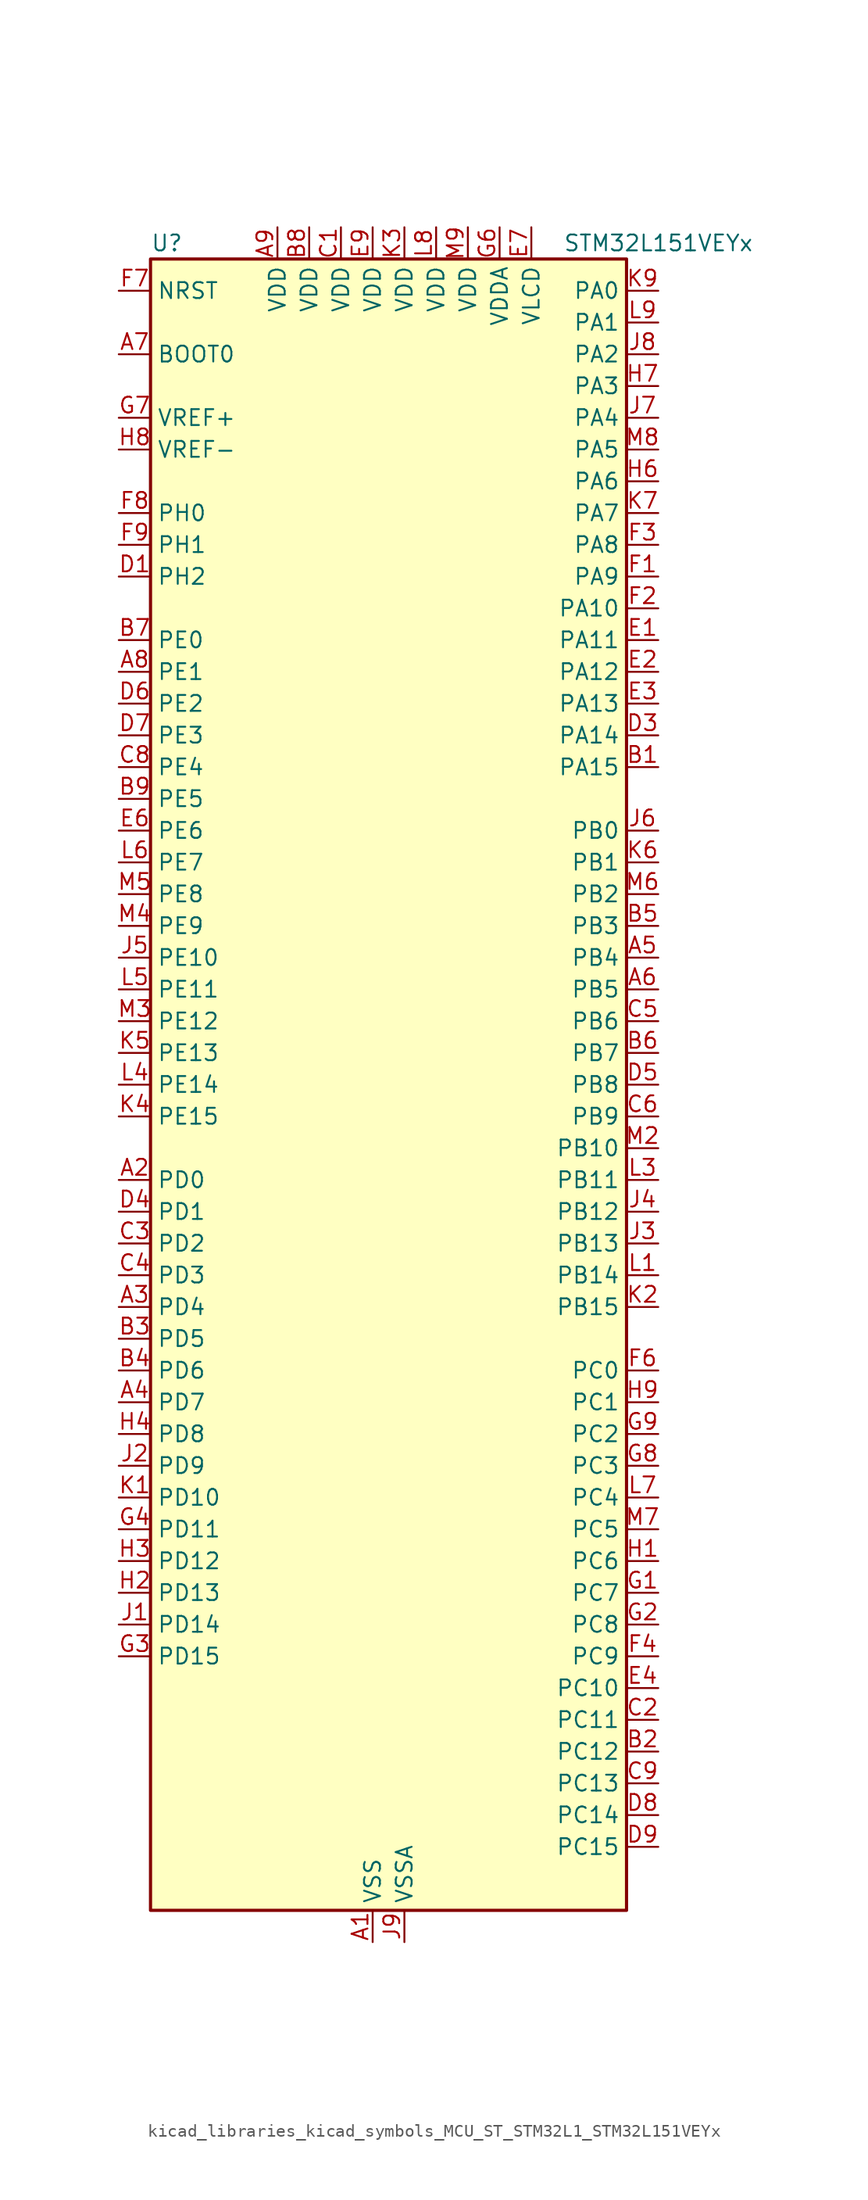
<source format=kicad_sym>
(kicad_symbol_lib
  (version 20220914)
  (generator kicad_symbol_editor)
  (symbol "kicad_libraries_kicad_symbols_MCU_ST_STM32L1_STM32L151VEYx"
    (property "Reference" "U"
      (at -17.78 67.31 0)
      (effects (font (size 1.27 1.27)) (justify left)))
    (property "Value" "STM32L151VEYx"
      (at 15.24 67.31 0)
      (effects (font (size 1.27 1.27)) (justify left)))
    (property "ki_locked" ""
      (at 0 0 0)
      (effects (font (size 1.27 1.27))))
    (symbol "kicad_libraries_kicad_symbols_MCU_ST_STM32L1_STM32L151VEYx_0_1"
      (rectangle (start -17.78 -66.04) (end 20.32 66.04) (stroke (width 0.254) (type default)) (fill (type background))))
    (symbol "kicad_libraries_kicad_symbols_MCU_ST_STM32L1_STM32L151VEYx_1_1"
      (pin power_in line (at 0 -68.58 90) (length 2.54) (name "VSS" (effects (font (size 1.27 1.27)))) (number "A1" (effects (font (size 1.27 1.27)))))
      (pin bidirectional line (at -20.32 -7.62 0) (length 2.54) (name "PD0" (effects (font (size 1.27 1.27)))) (number "A2" (effects (font (size 1.27 1.27)))) (alternate "I2S2_WS" bidirectional line) (alternate "SPI2_NSS" bidirectional line) (alternate "TIM9_CH1" bidirectional line) (alternate "TIMX_IC1" bidirectional line))
      (pin bidirectional line (at -20.32 -17.78 0) (length 2.54) (name "PD4" (effects (font (size 1.27 1.27)))) (number "A3" (effects (font (size 1.27 1.27)))) (alternate "I2S2_SD" bidirectional line) (alternate "SPI2_MOSI" bidirectional line) (alternate "TIMX_IC1" bidirectional line) (alternate "USART2_RTS" bidirectional line))
      (pin bidirectional line (at -20.32 -25.4 0) (length 2.54) (name "PD7" (effects (font (size 1.27 1.27)))) (number "A4" (effects (font (size 1.27 1.27)))) (alternate "TIM9_CH2" bidirectional line) (alternate "TIMX_IC4" bidirectional line) (alternate "USART2_CK" bidirectional line))
      (pin bidirectional line (at 22.86 10.16 180) (length 2.54) (name "PB4" (effects (font (size 1.27 1.27)))) (number "A5" (effects (font (size 1.27 1.27)))) (alternate "COMP2_INP" bidirectional line) (alternate "SPI1_MISO" bidirectional line) (alternate "SPI3_MISO" bidirectional line) (alternate "SYS_JTRST" bidirectional line) (alternate "TIM3_CH1" bidirectional line) (alternate "TS_G6_IO1" bidirectional line))
      (pin bidirectional line (at 22.86 7.62 180) (length 2.54) (name "PB5" (effects (font (size 1.27 1.27)))) (number "A6" (effects (font (size 1.27 1.27)))) (alternate "COMP2_INP" bidirectional line) (alternate "I2C1_SMBA" bidirectional line) (alternate "I2S3_SD" bidirectional line) (alternate "SPI1_MOSI" bidirectional line) (alternate "SPI3_MOSI" bidirectional line) (alternate "TIM3_CH2" bidirectional line) (alternate "TS_G6_IO2" bidirectional line))
      (pin input line (at -20.32 58.42 0) (length 2.54) (name "BOOT0" (effects (font (size 1.27 1.27)))) (number "A7" (effects (font (size 1.27 1.27)))))
      (pin bidirectional line (at -20.32 33.02 0) (length 2.54) (name "PE1" (effects (font (size 1.27 1.27)))) (number "A8" (effects (font (size 1.27 1.27)))) (alternate "TIM11_CH1" bidirectional line) (alternate "TIMX_IC2" bidirectional line))
      (pin power_in line (at -7.62 68.58 270) (length 2.54) (name "VDD" (effects (font (size 1.27 1.27)))) (number "A9" (effects (font (size 1.27 1.27)))))
      (pin bidirectional line (at 22.86 25.4 180) (length 2.54) (name "PA15" (effects (font (size 1.27 1.27)))) (number "B1" (effects (font (size 1.27 1.27)))) (alternate "ADC_EXTI15" bidirectional line) (alternate "I2S3_WS" bidirectional line) (alternate "SPI1_NSS" bidirectional line) (alternate "SPI3_NSS" bidirectional line) (alternate "SYS_JTDI" bidirectional line) (alternate "TIM2_CH1" bidirectional line) (alternate "TIM2_ETR" bidirectional line) (alternate "TIMX_IC4" bidirectional line) (alternate "TS_G5_IO3" bidirectional line))
      (pin bidirectional line (at 22.86 -53.34 180) (length 2.54) (name "PC12" (effects (font (size 1.27 1.27)))) (number "B2" (effects (font (size 1.27 1.27)))) (alternate "I2S3_SD" bidirectional line) (alternate "SPI3_MOSI" bidirectional line) (alternate "TIMX_IC1" bidirectional line) (alternate "UART5_TX" bidirectional line) (alternate "USART3_CK" bidirectional line))
      (pin bidirectional line (at -20.32 -20.32 0) (length 2.54) (name "PD5" (effects (font (size 1.27 1.27)))) (number "B3" (effects (font (size 1.27 1.27)))) (alternate "TIMX_IC2" bidirectional line) (alternate "USART2_TX" bidirectional line))
      (pin bidirectional line (at -20.32 -22.86 0) (length 2.54) (name "PD6" (effects (font (size 1.27 1.27)))) (number "B4" (effects (font (size 1.27 1.27)))) (alternate "TIMX_IC3" bidirectional line) (alternate "USART2_RX" bidirectional line))
      (pin bidirectional line (at 22.86 12.7 180) (length 2.54) (name "PB3" (effects (font (size 1.27 1.27)))) (number "B5" (effects (font (size 1.27 1.27)))) (alternate "COMP2_INM" bidirectional line) (alternate "I2S3_CK" bidirectional line) (alternate "SPI1_SCK" bidirectional line) (alternate "SPI3_SCK" bidirectional line) (alternate "SYS_JTDO-TRACESWO" bidirectional line) (alternate "TIM2_CH2" bidirectional line))
      (pin bidirectional line (at 22.86 2.54 180) (length 2.54) (name "PB7" (effects (font (size 1.27 1.27)))) (number "B6" (effects (font (size 1.27 1.27)))) (alternate "COMP2_INP" bidirectional line) (alternate "I2C1_SDA" bidirectional line) (alternate "SYS_PVD_IN" bidirectional line) (alternate "TIM4_CH2" bidirectional line) (alternate "TS_G6_IO4" bidirectional line) (alternate "USART1_RX" bidirectional line))
      (pin bidirectional line (at -20.32 35.56 0) (length 2.54) (name "PE0" (effects (font (size 1.27 1.27)))) (number "B7" (effects (font (size 1.27 1.27)))) (alternate "TIM10_CH1" bidirectional line) (alternate "TIM4_ETR" bidirectional line) (alternate "TIMX_IC1" bidirectional line))
      (pin power_in line (at -5.08 68.58 270) (length 2.54) (name "VDD" (effects (font (size 1.27 1.27)))) (number "B8" (effects (font (size 1.27 1.27)))))
      (pin bidirectional line (at -20.32 22.86 0) (length 2.54) (name "PE5" (effects (font (size 1.27 1.27)))) (number "B9" (effects (font (size 1.27 1.27)))) (alternate "SYS_TRACED2" bidirectional line) (alternate "TIM9_CH1" bidirectional line) (alternate "TIMX_IC2" bidirectional line))
      (pin power_in line (at -2.54 68.58 270) (length 2.54) (name "VDD" (effects (font (size 1.27 1.27)))) (number "C1" (effects (font (size 1.27 1.27)))))
      (pin bidirectional line (at 22.86 -50.8 180) (length 2.54) (name "PC11" (effects (font (size 1.27 1.27)))) (number "C2" (effects (font (size 1.27 1.27)))) (alternate "ADC_EXTI11" bidirectional line) (alternate "SPI3_MISO" bidirectional line) (alternate "TIMX_IC4" bidirectional line) (alternate "UART4_RX" bidirectional line) (alternate "USART3_RX" bidirectional line))
      (pin bidirectional line (at -20.32 -12.7 0) (length 2.54) (name "PD2" (effects (font (size 1.27 1.27)))) (number "C3" (effects (font (size 1.27 1.27)))) (alternate "TIM3_ETR" bidirectional line) (alternate "TIMX_IC3" bidirectional line) (alternate "UART5_RX" bidirectional line))
      (pin bidirectional line (at -20.32 -15.24 0) (length 2.54) (name "PD3" (effects (font (size 1.27 1.27)))) (number "C4" (effects (font (size 1.27 1.27)))) (alternate "SPI2_MISO" bidirectional line) (alternate "TIMX_IC4" bidirectional line) (alternate "USART2_CTS" bidirectional line))
      (pin bidirectional line (at 22.86 5.08 180) (length 2.54) (name "PB6" (effects (font (size 1.27 1.27)))) (number "C5" (effects (font (size 1.27 1.27)))) (alternate "COMP2_INP" bidirectional line) (alternate "I2C1_SCL" bidirectional line) (alternate "TIM4_CH1" bidirectional line) (alternate "TS_G6_IO3" bidirectional line) (alternate "USART1_TX" bidirectional line))
      (pin bidirectional line (at 22.86 -2.54 180) (length 2.54) (name "PB9" (effects (font (size 1.27 1.27)))) (number "C6" (effects (font (size 1.27 1.27)))) (alternate "DAC_EXTI9" bidirectional line) (alternate "I2C1_SDA" bidirectional line) (alternate "TIM11_CH1" bidirectional line) (alternate "TIM4_CH4" bidirectional line))
      (pin passive line (at 0 -68.58 90) (length 2.54) hide (name "VSS" (effects (font (size 1.27 1.27)))) (number "C7" (effects (font (size 1.27 1.27)))))
      (pin bidirectional line (at -20.32 25.4 0) (length 2.54) (name "PE4" (effects (font (size 1.27 1.27)))) (number "C8" (effects (font (size 1.27 1.27)))) (alternate "SYS_TRACED1" bidirectional line) (alternate "TIM3_CH2" bidirectional line) (alternate "TIMX_IC1" bidirectional line))
      (pin bidirectional line (at 22.86 -55.88 180) (length 2.54) (name "PC13" (effects (font (size 1.27 1.27)))) (number "C9" (effects (font (size 1.27 1.27)))) (alternate "RTC_OUT_ALARM" bidirectional line) (alternate "RTC_OUT_CALIB" bidirectional line) (alternate "RTC_TAMP1" bidirectional line) (alternate "RTC_TS" bidirectional line) (alternate "SYS_WKUP2" bidirectional line) (alternate "TIMX_IC2" bidirectional line))
      (pin bidirectional line (at -20.32 40.64 0) (length 2.54) (name "PH2" (effects (font (size 1.27 1.27)))) (number "D1" (effects (font (size 1.27 1.27)))))
      (pin passive line (at 0 -68.58 90) (length 2.54) hide (name "VSS" (effects (font (size 1.27 1.27)))) (number "D2" (effects (font (size 1.27 1.27)))))
      (pin bidirectional line (at 22.86 27.94 180) (length 2.54) (name "PA14" (effects (font (size 1.27 1.27)))) (number "D3" (effects (font (size 1.27 1.27)))) (alternate "SYS_JTCK-SWCLK" bidirectional line) (alternate "TIMX_IC3" bidirectional line) (alternate "TS_G5_IO2" bidirectional line))
      (pin bidirectional line (at -20.32 -10.16 0) (length 2.54) (name "PD1" (effects (font (size 1.27 1.27)))) (number "D4" (effects (font (size 1.27 1.27)))) (alternate "I2S2_CK" bidirectional line) (alternate "SPI2_SCK" bidirectional line) (alternate "TIMX_IC2" bidirectional line))
      (pin bidirectional line (at 22.86 0 180) (length 2.54) (name "PB8" (effects (font (size 1.27 1.27)))) (number "D5" (effects (font (size 1.27 1.27)))) (alternate "I2C1_SCL" bidirectional line) (alternate "TIM10_CH1" bidirectional line) (alternate "TIM4_CH3" bidirectional line))
      (pin bidirectional line (at -20.32 30.48 0) (length 2.54) (name "PE2" (effects (font (size 1.27 1.27)))) (number "D6" (effects (font (size 1.27 1.27)))) (alternate "SYS_TRACECK" bidirectional line) (alternate "TIM3_ETR" bidirectional line) (alternate "TIMX_IC3" bidirectional line))
      (pin bidirectional line (at -20.32 27.94 0) (length 2.54) (name "PE3" (effects (font (size 1.27 1.27)))) (number "D7" (effects (font (size 1.27 1.27)))) (alternate "SYS_TRACED0" bidirectional line) (alternate "TIM3_CH1" bidirectional line) (alternate "TIMX_IC4" bidirectional line))
      (pin bidirectional line (at 22.86 -58.42 180) (length 2.54) (name "PC14" (effects (font (size 1.27 1.27)))) (number "D8" (effects (font (size 1.27 1.27)))) (alternate "RCC_OSC32_IN" bidirectional line) (alternate "TIMX_IC3" bidirectional line))
      (pin bidirectional line (at 22.86 -60.96 180) (length 2.54) (name "PC15" (effects (font (size 1.27 1.27)))) (number "D9" (effects (font (size 1.27 1.27)))) (alternate "ADC_EXTI15" bidirectional line) (alternate "RCC_OSC32_OUT" bidirectional line) (alternate "TIMX_IC4" bidirectional line))
      (pin bidirectional line (at 22.86 35.56 180) (length 2.54) (name "PA11" (effects (font (size 1.27 1.27)))) (number "E1" (effects (font (size 1.27 1.27)))) (alternate "ADC_EXTI11" bidirectional line) (alternate "SPI1_MISO" bidirectional line) (alternate "TIMX_IC4" bidirectional line) (alternate "USART1_CTS" bidirectional line) (alternate "USB_DM" bidirectional line))
      (pin bidirectional line (at 22.86 33.02 180) (length 2.54) (name "PA12" (effects (font (size 1.27 1.27)))) (number "E2" (effects (font (size 1.27 1.27)))) (alternate "SPI1_MOSI" bidirectional line) (alternate "TIMX_IC1" bidirectional line) (alternate "USART1_RTS" bidirectional line) (alternate "USB_DP" bidirectional line))
      (pin bidirectional line (at 22.86 30.48 180) (length 2.54) (name "PA13" (effects (font (size 1.27 1.27)))) (number "E3" (effects (font (size 1.27 1.27)))) (alternate "SYS_JTMS-SWDIO" bidirectional line) (alternate "TIMX_IC2" bidirectional line) (alternate "TS_G5_IO1" bidirectional line))
      (pin bidirectional line (at 22.86 -48.26 180) (length 2.54) (name "PC10" (effects (font (size 1.27 1.27)))) (number "E4" (effects (font (size 1.27 1.27)))) (alternate "I2S3_CK" bidirectional line) (alternate "SPI3_SCK" bidirectional line) (alternate "TIMX_IC3" bidirectional line) (alternate "UART4_TX" bidirectional line) (alternate "USART3_TX" bidirectional line))
      (pin bidirectional line (at -20.32 20.32 0) (length 2.54) (name "PE6" (effects (font (size 1.27 1.27)))) (number "E6" (effects (font (size 1.27 1.27)))) (alternate "RTC_TAMP3" bidirectional line) (alternate "SYS_TRACED3" bidirectional line) (alternate "SYS_WKUP3" bidirectional line) (alternate "TIM9_CH2" bidirectional line) (alternate "TIMX_IC3" bidirectional line))
      (pin power_in line (at 12.7 68.58 270) (length 2.54) (name "VLCD" (effects (font (size 1.27 1.27)))) (number "E7" (effects (font (size 1.27 1.27)))))
      (pin passive line (at 0 -68.58 90) (length 2.54) hide (name "VSS" (effects (font (size 1.27 1.27)))) (number "E8" (effects (font (size 1.27 1.27)))))
      (pin power_in line (at 0 68.58 270) (length 2.54) (name "VDD" (effects (font (size 1.27 1.27)))) (number "E9" (effects (font (size 1.27 1.27)))))
      (pin bidirectional line (at 22.86 40.64 180) (length 2.54) (name "PA9" (effects (font (size 1.27 1.27)))) (number "F1" (effects (font (size 1.27 1.27)))) (alternate "DAC_EXTI9" bidirectional line) (alternate "TIMX_IC2" bidirectional line) (alternate "TS_G4_IO2" bidirectional line) (alternate "USART1_TX" bidirectional line))
      (pin bidirectional line (at 22.86 38.1 180) (length 2.54) (name "PA10" (effects (font (size 1.27 1.27)))) (number "F2" (effects (font (size 1.27 1.27)))) (alternate "TIMX_IC3" bidirectional line) (alternate "TS_G4_IO3" bidirectional line) (alternate "USART1_RX" bidirectional line))
      (pin bidirectional line (at 22.86 43.18 180) (length 2.54) (name "PA8" (effects (font (size 1.27 1.27)))) (number "F3" (effects (font (size 1.27 1.27)))) (alternate "RCC_MCO" bidirectional line) (alternate "TIMX_IC1" bidirectional line) (alternate "TS_G4_IO1" bidirectional line) (alternate "USART1_CK" bidirectional line))
      (pin bidirectional line (at 22.86 -45.72 180) (length 2.54) (name "PC9" (effects (font (size 1.27 1.27)))) (number "F4" (effects (font (size 1.27 1.27)))) (alternate "DAC_EXTI9" bidirectional line) (alternate "TIM3_CH4" bidirectional line) (alternate "TIMX_IC2" bidirectional line) (alternate "TS_G10_IO4" bidirectional line))
      (pin bidirectional line (at 22.86 -22.86 180) (length 2.54) (name "PC0" (effects (font (size 1.27 1.27)))) (number "F6" (effects (font (size 1.27 1.27)))) (alternate "ADC_IN10" bidirectional line) (alternate "COMP1_INP" bidirectional line) (alternate "TIMX_IC1" bidirectional line) (alternate "TS_G8_IO1" bidirectional line))
      (pin input line (at -20.32 63.5 0) (length 2.54) (name "NRST" (effects (font (size 1.27 1.27)))) (number "F7" (effects (font (size 1.27 1.27)))))
      (pin bidirectional line (at -20.32 45.72 0) (length 2.54) (name "PH0" (effects (font (size 1.27 1.27)))) (number "F8" (effects (font (size 1.27 1.27)))) (alternate "RCC_OSC_IN" bidirectional line))
      (pin bidirectional line (at -20.32 43.18 0) (length 2.54) (name "PH1" (effects (font (size 1.27 1.27)))) (number "F9" (effects (font (size 1.27 1.27)))) (alternate "RCC_OSC_OUT" bidirectional line))
      (pin bidirectional line (at 22.86 -40.64 180) (length 2.54) (name "PC7" (effects (font (size 1.27 1.27)))) (number "G1" (effects (font (size 1.27 1.27)))) (alternate "I2S3_MCK" bidirectional line) (alternate "TIM3_CH2" bidirectional line) (alternate "TIMX_IC4" bidirectional line) (alternate "TS_G10_IO2" bidirectional line))
      (pin bidirectional line (at 22.86 -43.18 180) (length 2.54) (name "PC8" (effects (font (size 1.27 1.27)))) (number "G2" (effects (font (size 1.27 1.27)))) (alternate "TIM3_CH3" bidirectional line) (alternate "TIMX_IC1" bidirectional line) (alternate "TS_G10_IO3" bidirectional line))
      (pin bidirectional line (at -20.32 -45.72 0) (length 2.54) (name "PD15" (effects (font (size 1.27 1.27)))) (number "G3" (effects (font (size 1.27 1.27)))) (alternate "ADC_EXTI15" bidirectional line) (alternate "TIM4_CH4" bidirectional line) (alternate "TIMX_IC4" bidirectional line))
      (pin bidirectional line (at -20.32 -35.56 0) (length 2.54) (name "PD11" (effects (font (size 1.27 1.27)))) (number "G4" (effects (font (size 1.27 1.27)))) (alternate "ADC_EXTI11" bidirectional line) (alternate "TIMX_IC4" bidirectional line) (alternate "USART3_CTS" bidirectional line))
      (pin power_in line (at 10.16 68.58 270) (length 2.54) (name "VDDA" (effects (font (size 1.27 1.27)))) (number "G6" (effects (font (size 1.27 1.27)))))
      (pin input line (at -20.32 53.34 0) (length 2.54) (name "VREF+" (effects (font (size 1.27 1.27)))) (number "G7" (effects (font (size 1.27 1.27)))))
      (pin bidirectional line (at 22.86 -30.48 180) (length 2.54) (name "PC3" (effects (font (size 1.27 1.27)))) (number "G8" (effects (font (size 1.27 1.27)))) (alternate "ADC_IN13" bidirectional line) (alternate "COMP1_INP" bidirectional line) (alternate "TIMX_IC4" bidirectional line) (alternate "TS_G8_IO4" bidirectional line))
      (pin bidirectional line (at 22.86 -27.94 180) (length 2.54) (name "PC2" (effects (font (size 1.27 1.27)))) (number "G9" (effects (font (size 1.27 1.27)))) (alternate "ADC_IN12" bidirectional line) (alternate "COMP1_INP" bidirectional line) (alternate "TIMX_IC3" bidirectional line) (alternate "TS_G8_IO3" bidirectional line))
      (pin bidirectional line (at 22.86 -38.1 180) (length 2.54) (name "PC6" (effects (font (size 1.27 1.27)))) (number "H1" (effects (font (size 1.27 1.27)))) (alternate "I2S2_MCK" bidirectional line) (alternate "TIM3_CH1" bidirectional line) (alternate "TIMX_IC3" bidirectional line) (alternate "TS_G10_IO1" bidirectional line))
      (pin bidirectional line (at -20.32 -40.64 0) (length 2.54) (name "PD13" (effects (font (size 1.27 1.27)))) (number "H2" (effects (font (size 1.27 1.27)))) (alternate "TIM4_CH2" bidirectional line) (alternate "TIMX_IC2" bidirectional line))
      (pin bidirectional line (at -20.32 -38.1 0) (length 2.54) (name "PD12" (effects (font (size 1.27 1.27)))) (number "H3" (effects (font (size 1.27 1.27)))) (alternate "TIM4_CH1" bidirectional line) (alternate "TIMX_IC1" bidirectional line) (alternate "USART3_RTS" bidirectional line))
      (pin bidirectional line (at -20.32 -27.94 0) (length 2.54) (name "PD8" (effects (font (size 1.27 1.27)))) (number "H4" (effects (font (size 1.27 1.27)))) (alternate "TIMX_IC1" bidirectional line) (alternate "USART3_TX" bidirectional line))
      (pin bidirectional line (at 22.86 48.26 180) (length 2.54) (name "PA6" (effects (font (size 1.27 1.27)))) (number "H6" (effects (font (size 1.27 1.27)))) (alternate "ADC_IN6" bidirectional line) (alternate "COMP1_INP" bidirectional line) (alternate "OPAMP2_VINP" bidirectional line) (alternate "SPI1_MISO" bidirectional line) (alternate "TIM10_CH1" bidirectional line) (alternate "TIM3_CH1" bidirectional line) (alternate "TIMX_IC3" bidirectional line) (alternate "TS_G2_IO1" bidirectional line))
      (pin bidirectional line (at 22.86 55.88 180) (length 2.54) (name "PA3" (effects (font (size 1.27 1.27)))) (number "H7" (effects (font (size 1.27 1.27)))) (alternate "ADC_IN3" bidirectional line) (alternate "COMP1_INP" bidirectional line) (alternate "OPAMP1_VOUT" bidirectional line) (alternate "TIM2_CH4" bidirectional line) (alternate "TIM5_CH4" bidirectional line) (alternate "TIM9_CH2" bidirectional line) (alternate "TIMX_IC4" bidirectional line) (alternate "TS_G1_IO4" bidirectional line) (alternate "USART2_RX" bidirectional line))
      (pin input line (at -20.32 50.8 0) (length 2.54) (name "VREF-" (effects (font (size 1.27 1.27)))) (number "H8" (effects (font (size 1.27 1.27)))))
      (pin bidirectional line (at 22.86 -25.4 180) (length 2.54) (name "PC1" (effects (font (size 1.27 1.27)))) (number "H9" (effects (font (size 1.27 1.27)))) (alternate "ADC_IN11" bidirectional line) (alternate "COMP1_INP" bidirectional line) (alternate "TIMX_IC2" bidirectional line) (alternate "TS_G8_IO2" bidirectional line))
      (pin bidirectional line (at -20.32 -43.18 0) (length 2.54) (name "PD14" (effects (font (size 1.27 1.27)))) (number "J1" (effects (font (size 1.27 1.27)))) (alternate "TIM4_CH3" bidirectional line) (alternate "TIMX_IC3" bidirectional line))
      (pin bidirectional line (at -20.32 -30.48 0) (length 2.54) (name "PD9" (effects (font (size 1.27 1.27)))) (number "J2" (effects (font (size 1.27 1.27)))) (alternate "DAC_EXTI9" bidirectional line) (alternate "TIMX_IC2" bidirectional line) (alternate "USART3_RX" bidirectional line))
      (pin bidirectional line (at 22.86 -12.7 180) (length 2.54) (name "PB13" (effects (font (size 1.27 1.27)))) (number "J3" (effects (font (size 1.27 1.27)))) (alternate "ADC_IN19" bidirectional line) (alternate "COMP1_INP" bidirectional line) (alternate "I2S2_CK" bidirectional line) (alternate "SPI2_SCK" bidirectional line) (alternate "TIM9_CH1" bidirectional line) (alternate "TS_G7_IO2" bidirectional line) (alternate "USART3_CTS" bidirectional line))
      (pin bidirectional line (at 22.86 -10.16 180) (length 2.54) (name "PB12" (effects (font (size 1.27 1.27)))) (number "J4" (effects (font (size 1.27 1.27)))) (alternate "ADC_IN18" bidirectional line) (alternate "COMP1_INP" bidirectional line) (alternate "I2C2_SMBA" bidirectional line) (alternate "I2S2_WS" bidirectional line) (alternate "SPI2_NSS" bidirectional line) (alternate "TIM10_CH1" bidirectional line) (alternate "TS_G7_IO1" bidirectional line) (alternate "USART3_CK" bidirectional line))
      (pin bidirectional line (at -20.32 10.16 0) (length 2.54) (name "PE10" (effects (font (size 1.27 1.27)))) (number "J5" (effects (font (size 1.27 1.27)))) (alternate "ADC_IN25" bidirectional line) (alternate "COMP1_INP" bidirectional line) (alternate "TIM2_CH2" bidirectional line) (alternate "TIMX_IC3" bidirectional line))
      (pin bidirectional line (at 22.86 20.32 180) (length 2.54) (name "PB0" (effects (font (size 1.27 1.27)))) (number "J6" (effects (font (size 1.27 1.27)))) (alternate "ADC_IN8" bidirectional line) (alternate "COMP1_INP" bidirectional line) (alternate "OPAMP2_VOUT" bidirectional line) (alternate "SYS_V_REF_OUT" bidirectional line) (alternate "TIM3_CH3" bidirectional line) (alternate "TS_G3_IO1" bidirectional line))
      (pin bidirectional line (at 22.86 53.34 180) (length 2.54) (name "PA4" (effects (font (size 1.27 1.27)))) (number "J7" (effects (font (size 1.27 1.27)))) (alternate "ADC_IN4" bidirectional line) (alternate "COMP1_INP" bidirectional line) (alternate "DAC_OUT1" bidirectional line) (alternate "I2S3_WS" bidirectional line) (alternate "SPI1_NSS" bidirectional line) (alternate "SPI3_NSS" bidirectional line) (alternate "TIMX_IC1" bidirectional line) (alternate "USART2_CK" bidirectional line))
      (pin bidirectional line (at 22.86 58.42 180) (length 2.54) (name "PA2" (effects (font (size 1.27 1.27)))) (number "J8" (effects (font (size 1.27 1.27)))) (alternate "ADC_IN2" bidirectional line) (alternate "COMP1_INP" bidirectional line) (alternate "OPAMP1_VINM" bidirectional line) (alternate "TIM2_CH3" bidirectional line) (alternate "TIM5_CH3" bidirectional line) (alternate "TIM9_CH1" bidirectional line) (alternate "TIMX_IC3" bidirectional line) (alternate "TS_G1_IO3" bidirectional line) (alternate "USART2_TX" bidirectional line))
      (pin power_in line (at 2.54 -68.58 90) (length 2.54) (name "VSSA" (effects (font (size 1.27 1.27)))) (number "J9" (effects (font (size 1.27 1.27)))))
      (pin bidirectional line (at -20.32 -33.02 0) (length 2.54) (name "PD10" (effects (font (size 1.27 1.27)))) (number "K1" (effects (font (size 1.27 1.27)))) (alternate "TIMX_IC3" bidirectional line) (alternate "USART3_CK" bidirectional line))
      (pin bidirectional line (at 22.86 -17.78 180) (length 2.54) (name "PB15" (effects (font (size 1.27 1.27)))) (number "K2" (effects (font (size 1.27 1.27)))) (alternate "ADC_EXTI15" bidirectional line) (alternate "ADC_IN21" bidirectional line) (alternate "COMP1_INP" bidirectional line) (alternate "I2S2_SD" bidirectional line) (alternate "RTC_REFIN" bidirectional line) (alternate "SPI2_MOSI" bidirectional line) (alternate "TIM11_CH1" bidirectional line) (alternate "TS_G7_IO4" bidirectional line))
      (pin power_in line (at 2.54 68.58 270) (length 2.54) (name "VDD" (effects (font (size 1.27 1.27)))) (number "K3" (effects (font (size 1.27 1.27)))))
      (pin bidirectional line (at -20.32 -2.54 0) (length 2.54) (name "PE15" (effects (font (size 1.27 1.27)))) (number "K4" (effects (font (size 1.27 1.27)))) (alternate "ADC_EXTI15" bidirectional line) (alternate "SPI1_MOSI" bidirectional line) (alternate "TIMX_IC4" bidirectional line))
      (pin bidirectional line (at -20.32 2.54 0) (length 2.54) (name "PE13" (effects (font (size 1.27 1.27)))) (number "K5" (effects (font (size 1.27 1.27)))) (alternate "SPI1_SCK" bidirectional line) (alternate "TIMX_IC2" bidirectional line))
      (pin bidirectional line (at 22.86 17.78 180) (length 2.54) (name "PB1" (effects (font (size 1.27 1.27)))) (number "K6" (effects (font (size 1.27 1.27)))) (alternate "ADC_IN9" bidirectional line) (alternate "COMP1_INP" bidirectional line) (alternate "SYS_V_REF_OUT" bidirectional line) (alternate "TIM3_CH4" bidirectional line) (alternate "TS_G3_IO2" bidirectional line))
      (pin bidirectional line (at 22.86 45.72 180) (length 2.54) (name "PA7" (effects (font (size 1.27 1.27)))) (number "K7" (effects (font (size 1.27 1.27)))) (alternate "ADC_IN7" bidirectional line) (alternate "COMP1_INP" bidirectional line) (alternate "OPAMP2_VINM" bidirectional line) (alternate "SPI1_MOSI" bidirectional line) (alternate "TIM11_CH1" bidirectional line) (alternate "TIM3_CH2" bidirectional line) (alternate "TIMX_IC4" bidirectional line) (alternate "TS_G2_IO2" bidirectional line))
      (pin passive line (at 0 -68.58 90) (length 2.54) hide (name "VSS" (effects (font (size 1.27 1.27)))) (number "K8" (effects (font (size 1.27 1.27)))))
      (pin bidirectional line (at 22.86 63.5 180) (length 2.54) (name "PA0" (effects (font (size 1.27 1.27)))) (number "K9" (effects (font (size 1.27 1.27)))) (alternate "ADC_IN0" bidirectional line) (alternate "COMP1_INP" bidirectional line) (alternate "RTC_TAMP2" bidirectional line) (alternate "SYS_WKUP1" bidirectional line) (alternate "TIM2_CH1" bidirectional line) (alternate "TIM2_ETR" bidirectional line) (alternate "TIM5_CH1" bidirectional line) (alternate "TIMX_IC1" bidirectional line) (alternate "TS_G1_IO1" bidirectional line) (alternate "USART2_CTS" bidirectional line))
      (pin bidirectional line (at 22.86 -15.24 180) (length 2.54) (name "PB14" (effects (font (size 1.27 1.27)))) (number "L1" (effects (font (size 1.27 1.27)))) (alternate "ADC_IN20" bidirectional line) (alternate "COMP1_INP" bidirectional line) (alternate "SPI2_MISO" bidirectional line) (alternate "TIM9_CH2" bidirectional line) (alternate "TS_G7_IO3" bidirectional line) (alternate "USART3_RTS" bidirectional line))
      (pin passive line (at 0 -68.58 90) (length 2.54) hide (name "VSS" (effects (font (size 1.27 1.27)))) (number "L2" (effects (font (size 1.27 1.27)))))
      (pin bidirectional line (at 22.86 -7.62 180) (length 2.54) (name "PB11" (effects (font (size 1.27 1.27)))) (number "L3" (effects (font (size 1.27 1.27)))) (alternate "ADC_EXTI11" bidirectional line) (alternate "I2C2_SDA" bidirectional line) (alternate "TIM2_CH4" bidirectional line) (alternate "USART3_RX" bidirectional line))
      (pin bidirectional line (at -20.32 0 0) (length 2.54) (name "PE14" (effects (font (size 1.27 1.27)))) (number "L4" (effects (font (size 1.27 1.27)))) (alternate "SPI1_MISO" bidirectional line) (alternate "TIMX_IC3" bidirectional line))
      (pin bidirectional line (at -20.32 7.62 0) (length 2.54) (name "PE11" (effects (font (size 1.27 1.27)))) (number "L5" (effects (font (size 1.27 1.27)))) (alternate "ADC_EXTI11" bidirectional line) (alternate "TIM2_CH3" bidirectional line) (alternate "TIMX_IC4" bidirectional line))
      (pin bidirectional line (at -20.32 17.78 0) (length 2.54) (name "PE7" (effects (font (size 1.27 1.27)))) (number "L6" (effects (font (size 1.27 1.27)))) (alternate "ADC_IN22" bidirectional line) (alternate "COMP1_INP" bidirectional line) (alternate "TIMX_IC4" bidirectional line))
      (pin bidirectional line (at 22.86 -33.02 180) (length 2.54) (name "PC4" (effects (font (size 1.27 1.27)))) (number "L7" (effects (font (size 1.27 1.27)))) (alternate "ADC_IN14" bidirectional line) (alternate "COMP1_INP" bidirectional line) (alternate "TIMX_IC1" bidirectional line) (alternate "TS_G9_IO1" bidirectional line))
      (pin power_in line (at 5.08 68.58 270) (length 2.54) (name "VDD" (effects (font (size 1.27 1.27)))) (number "L8" (effects (font (size 1.27 1.27)))))
      (pin bidirectional line (at 22.86 60.96 180) (length 2.54) (name "PA1" (effects (font (size 1.27 1.27)))) (number "L9" (effects (font (size 1.27 1.27)))) (alternate "ADC_IN1" bidirectional line) (alternate "COMP1_INP" bidirectional line) (alternate "OPAMP1_VINP" bidirectional line) (alternate "TIM2_CH2" bidirectional line) (alternate "TIM5_CH2" bidirectional line) (alternate "TIMX_IC2" bidirectional line) (alternate "TS_G1_IO2" bidirectional line) (alternate "USART2_RTS" bidirectional line))
      (pin passive line (at 0 -68.58 90) (length 2.54) hide (name "VSS" (effects (font (size 1.27 1.27)))) (number "M1" (effects (font (size 1.27 1.27)))))
      (pin bidirectional line (at 22.86 -5.08 180) (length 2.54) (name "PB10" (effects (font (size 1.27 1.27)))) (number "M2" (effects (font (size 1.27 1.27)))) (alternate "I2C2_SCL" bidirectional line) (alternate "TIM2_CH3" bidirectional line) (alternate "USART3_TX" bidirectional line))
      (pin bidirectional line (at -20.32 5.08 0) (length 2.54) (name "PE12" (effects (font (size 1.27 1.27)))) (number "M3" (effects (font (size 1.27 1.27)))) (alternate "SPI1_NSS" bidirectional line) (alternate "TIM2_CH4" bidirectional line) (alternate "TIMX_IC1" bidirectional line))
      (pin bidirectional line (at -20.32 12.7 0) (length 2.54) (name "PE9" (effects (font (size 1.27 1.27)))) (number "M4" (effects (font (size 1.27 1.27)))) (alternate "ADC_IN24" bidirectional line) (alternate "COMP1_INP" bidirectional line) (alternate "DAC_EXTI9" bidirectional line) (alternate "TIM2_CH1" bidirectional line) (alternate "TIM2_ETR" bidirectional line) (alternate "TIMX_IC2" bidirectional line))
      (pin bidirectional line (at -20.32 15.24 0) (length 2.54) (name "PE8" (effects (font (size 1.27 1.27)))) (number "M5" (effects (font (size 1.27 1.27)))) (alternate "ADC_IN23" bidirectional line) (alternate "COMP1_INP" bidirectional line) (alternate "TIMX_IC1" bidirectional line))
      (pin bidirectional line (at 22.86 15.24 180) (length 2.54) (name "PB2" (effects (font (size 1.27 1.27)))) (number "M6" (effects (font (size 1.27 1.27)))) (alternate "ADC_IN0b" bidirectional line) (alternate "TS_G3_IO3" bidirectional line))
      (pin bidirectional line (at 22.86 -35.56 180) (length 2.54) (name "PC5" (effects (font (size 1.27 1.27)))) (number "M7" (effects (font (size 1.27 1.27)))) (alternate "ADC_IN15" bidirectional line) (alternate "COMP1_INP" bidirectional line) (alternate "TIMX_IC2" bidirectional line) (alternate "TS_G9_IO2" bidirectional line))
      (pin bidirectional line (at 22.86 50.8 180) (length 2.54) (name "PA5" (effects (font (size 1.27 1.27)))) (number "M8" (effects (font (size 1.27 1.27)))) (alternate "ADC_IN5" bidirectional line) (alternate "COMP1_INP" bidirectional line) (alternate "DAC_OUT2" bidirectional line) (alternate "SPI1_SCK" bidirectional line) (alternate "TIM2_CH1" bidirectional line) (alternate "TIM2_ETR" bidirectional line) (alternate "TIMX_IC2" bidirectional line))
      (pin power_in line (at 7.62 68.58 270) (length 2.54) (name "VDD" (effects (font (size 1.27 1.27)))) (number "M9" (effects (font (size 1.27 1.27))))))))
</source>
